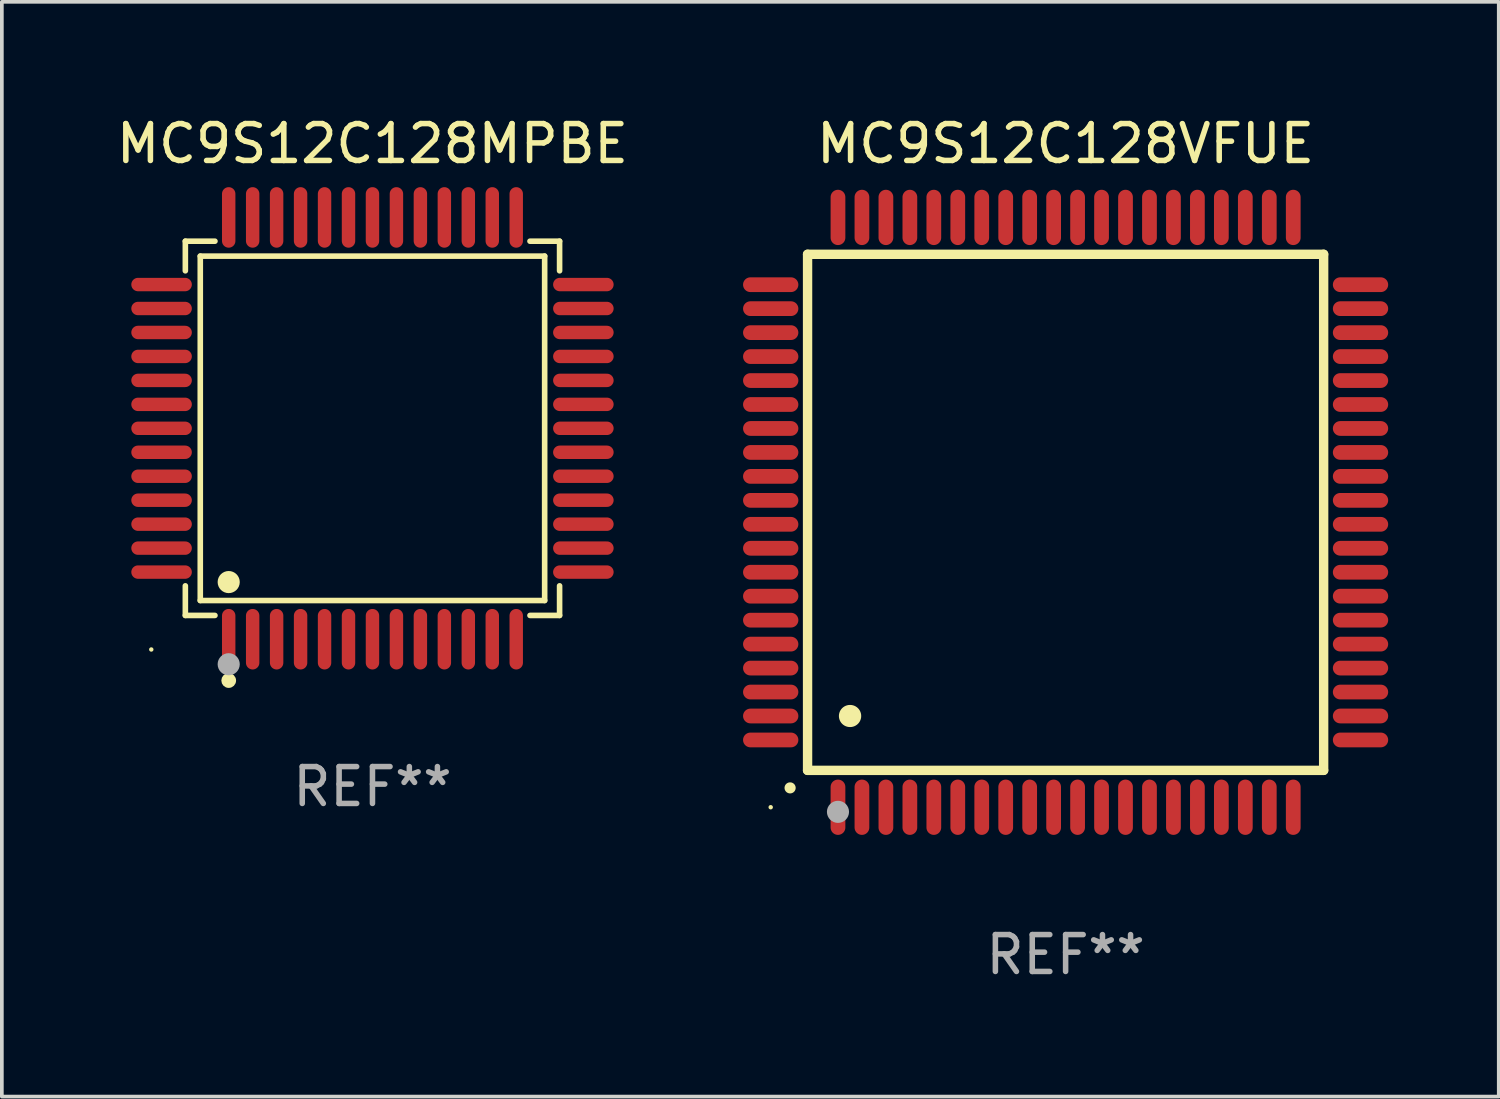
<source format=kicad_pcb>
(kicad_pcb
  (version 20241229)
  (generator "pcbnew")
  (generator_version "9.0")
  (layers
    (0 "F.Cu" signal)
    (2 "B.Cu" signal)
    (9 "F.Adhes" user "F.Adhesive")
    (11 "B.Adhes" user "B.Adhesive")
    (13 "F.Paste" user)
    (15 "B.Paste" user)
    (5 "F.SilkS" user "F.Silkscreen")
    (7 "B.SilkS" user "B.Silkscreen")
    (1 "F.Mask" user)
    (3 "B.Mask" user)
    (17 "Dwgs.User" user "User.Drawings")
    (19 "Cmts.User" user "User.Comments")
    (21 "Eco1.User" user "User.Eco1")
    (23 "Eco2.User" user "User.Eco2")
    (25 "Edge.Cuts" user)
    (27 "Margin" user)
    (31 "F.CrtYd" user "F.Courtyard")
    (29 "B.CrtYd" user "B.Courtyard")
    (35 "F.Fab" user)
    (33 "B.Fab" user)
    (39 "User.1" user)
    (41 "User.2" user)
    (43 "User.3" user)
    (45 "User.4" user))
  (footprint "MC9S12C128VFUE"
    (layer "F.Cu")
    (at 25.857 10.848)
    (property "Reference" "MC9S12C128VFUE" (at 0 -10 0) (layer "F.SilkS") (effects (font (size 1 1) (thickness 0.15))))
    (attr through_hole)
    (fp_line (start -7 -7) (end -7 7) (stroke (width 0.254) (type solid)) (layer "F.SilkS"))
    (fp_line (start -7 -7) (end 7 -7) (stroke (width 0.254) (type solid)) (layer "F.SilkS"))
    (fp_line (start -7 7) (end 7 7) (stroke (width 0.254) (type solid)) (layer "F.SilkS"))
    (fp_line (start 7 -7) (end 7 7) (stroke (width 0.254) (type solid)) (layer "F.SilkS"))
    (fp_arc (start -7.475006 7.475006) (mid -7.473736 7.475001) (end -7.472466 7.475006) (stroke (width 0.3) (type solid)) (layer "F.SilkS"))
    (fp_arc (start -5.850013 5.525019) (mid -5.847473 5.525008) (end -5.844933 5.525019) (stroke (width 0.6) (type solid)) (layer "F.SilkS"))
    (fp_circle (center -8 8) (end -7.97 8) (stroke (width 0.06) (type solid)) (fill no) (layer "F.SilkS"))
    (fp_circle (center -6.175 8.125) (end -6.025 8.125) (stroke (width 0.3) (type solid)) (fill no) (layer "F.Fab"))
    (fp_text user "REF**" (at 0 12 0) (layer "F.Fab") (effects (font (size 1 1) (thickness 0.15))))
    (pad "1" smd oval (at -6.175 8 180) (size 0.4 1.5) (layers "F.Cu" "F.Mask" "F.Paste"))
    (pad "2" smd oval (at -5.525 8 180) (size 0.4 1.5) (layers "F.Cu" "F.Mask" "F.Paste"))
    (pad "3" smd oval (at -4.875 8 180) (size 0.4 1.5) (layers "F.Cu" "F.Mask" "F.Paste"))
    (pad "4" smd oval (at -4.225 8 180) (size 0.4 1.5) (layers "F.Cu" "F.Mask" "F.Paste"))
    (pad "5" smd oval (at -3.575 8 180) (size 0.4 1.5) (layers "F.Cu" "F.Mask" "F.Paste"))
    (pad "6" smd oval (at -2.925 8 180) (size 0.4 1.5) (layers "F.Cu" "F.Mask" "F.Paste"))
    (pad "7" smd oval (at -2.275 8 180) (size 0.4 1.5) (layers "F.Cu" "F.Mask" "F.Paste"))
    (pad "8" smd oval (at -1.625 8 180) (size 0.4 1.5) (layers "F.Cu" "F.Mask" "F.Paste"))
    (pad "9" smd oval (at -0.975 8 180) (size 0.4 1.5) (layers "F.Cu" "F.Mask" "F.Paste"))
    (pad "10" smd oval (at -0.325 8 180) (size 0.4 1.5) (layers "F.Cu" "F.Mask" "F.Paste"))
    (pad "11" smd oval (at 0.325 8 180) (size 0.4 1.5) (layers "F.Cu" "F.Mask" "F.Paste"))
    (pad "12" smd oval (at 0.975 8 180) (size 0.4 1.5) (layers "F.Cu" "F.Mask" "F.Paste"))
    (pad "13" smd oval (at 1.625 8 180) (size 0.4 1.5) (layers "F.Cu" "F.Mask" "F.Paste"))
    (pad "14" smd oval (at 2.275 8 180) (size 0.4 1.5) (layers "F.Cu" "F.Mask" "F.Paste"))
    (pad "15" smd oval (at 2.925 8 180) (size 0.4 1.5) (layers "F.Cu" "F.Mask" "F.Paste"))
    (pad "16" smd oval (at 3.575 8 180) (size 0.4 1.5) (layers "F.Cu" "F.Mask" "F.Paste"))
    (pad "17" smd oval (at 4.225 8 180) (size 0.4 1.5) (layers "F.Cu" "F.Mask" "F.Paste"))
    (pad "18" smd oval (at 4.875 8 180) (size 0.4 1.5) (layers "F.Cu" "F.Mask" "F.Paste"))
    (pad "19" smd oval (at 5.525 8 180) (size 0.4 1.5) (layers "F.Cu" "F.Mask" "F.Paste"))
    (pad "20" smd oval (at 6.175 8) (size 0.4 1.5) (layers "F.Cu" "F.Mask" "F.Paste"))
    (pad "21" smd oval (at 8 6.175 270) (size 0.4 1.5) (layers "F.Cu" "F.Mask" "F.Paste"))
    (pad "22" smd oval (at 8 5.525 90) (size 0.4 1.5) (layers "F.Cu" "F.Mask" "F.Paste"))
    (pad "23" smd oval (at 8 4.875 90) (size 0.4 1.5) (layers "F.Cu" "F.Mask" "F.Paste"))
    (pad "24" smd oval (at 8 4.225 90) (size 0.4 1.5) (layers "F.Cu" "F.Mask" "F.Paste"))
    (pad "25" smd oval (at 8 3.575 90) (size 0.4 1.5) (layers "F.Cu" "F.Mask" "F.Paste"))
    (pad "26" smd oval (at 8 2.925 90) (size 0.4 1.5) (layers "F.Cu" "F.Mask" "F.Paste"))
    (pad "27" smd oval (at 8 2.275 90) (size 0.4 1.5) (layers "F.Cu" "F.Mask" "F.Paste"))
    (pad "28" smd oval (at 8 1.625 90) (size 0.4 1.5) (layers "F.Cu" "F.Mask" "F.Paste"))
    (pad "29" smd oval (at 8 0.975 90) (size 0.4 1.5) (layers "F.Cu" "F.Mask" "F.Paste"))
    (pad "30" smd oval (at 8 0.325 90) (size 0.4 1.5) (layers "F.Cu" "F.Mask" "F.Paste"))
    (pad "31" smd oval (at 8 -0.325 90) (size 0.4 1.5) (layers "F.Cu" "F.Mask" "F.Paste"))
    (pad "32" smd oval (at 8 -0.975 90) (size 0.4 1.5) (layers "F.Cu" "F.Mask" "F.Paste"))
    (pad "33" smd oval (at 8 -1.625 90) (size 0.4 1.5) (layers "F.Cu" "F.Mask" "F.Paste"))
    (pad "34" smd oval (at 8 -2.275 90) (size 0.4 1.5) (layers "F.Cu" "F.Mask" "F.Paste"))
    (pad "35" smd oval (at 8 -2.925 90) (size 0.4 1.5) (layers "F.Cu" "F.Mask" "F.Paste"))
    (pad "36" smd oval (at 8 -3.575 90) (size 0.4 1.5) (layers "F.Cu" "F.Mask" "F.Paste"))
    (pad "37" smd oval (at 8 -4.225 90) (size 0.4 1.5) (layers "F.Cu" "F.Mask" "F.Paste"))
    (pad "38" smd oval (at 8 -4.875 90) (size 0.4 1.5) (layers "F.Cu" "F.Mask" "F.Paste"))
    (pad "39" smd oval (at 8 -5.525 90) (size 0.4 1.5) (layers "F.Cu" "F.Mask" "F.Paste"))
    (pad "40" smd oval (at 8 -6.175 90) (size 0.4 1.5) (layers "F.Cu" "F.Mask" "F.Paste"))
    (pad "41" smd oval (at 6.175 -8) (size 0.4 1.5) (layers "F.Cu" "F.Mask" "F.Paste"))
    (pad "42" smd oval (at 5.525 -8 180) (size 0.4 1.5) (layers "F.Cu" "F.Mask" "F.Paste"))
    (pad "43" smd oval (at 4.875 -8 180) (size 0.4 1.5) (layers "F.Cu" "F.Mask" "F.Paste"))
    (pad "44" smd oval (at 4.225 -8 180) (size 0.4 1.5) (layers "F.Cu" "F.Mask" "F.Paste"))
    (pad "45" smd oval (at 3.575 -8 180) (size 0.4 1.5) (layers "F.Cu" "F.Mask" "F.Paste"))
    (pad "46" smd oval (at 2.925 -8 180) (size 0.4 1.5) (layers "F.Cu" "F.Mask" "F.Paste"))
    (pad "47" smd oval (at 2.275 -8 180) (size 0.4 1.5) (layers "F.Cu" "F.Mask" "F.Paste"))
    (pad "48" smd oval (at 1.625 -8 180) (size 0.4 1.5) (layers "F.Cu" "F.Mask" "F.Paste"))
    (pad "49" smd oval (at 0.975 -8 180) (size 0.4 1.5) (layers "F.Cu" "F.Mask" "F.Paste"))
    (pad "50" smd oval (at 0.325 -8 180) (size 0.4 1.5) (layers "F.Cu" "F.Mask" "F.Paste"))
    (pad "51" smd oval (at -0.325 -8 180) (size 0.4 1.5) (layers "F.Cu" "F.Mask" "F.Paste"))
    (pad "52" smd oval (at -0.975 -8 180) (size 0.4 1.5) (layers "F.Cu" "F.Mask" "F.Paste"))
    (pad "53" smd oval (at -1.625 -8 180) (size 0.4 1.5) (layers "F.Cu" "F.Mask" "F.Paste"))
    (pad "54" smd oval (at -2.275 -8 180) (size 0.4 1.5) (layers "F.Cu" "F.Mask" "F.Paste"))
    (pad "55" smd oval (at -2.925 -8 180) (size 0.4 1.5) (layers "F.Cu" "F.Mask" "F.Paste"))
    (pad "56" smd oval (at -3.575 -8 180) (size 0.4 1.5) (layers "F.Cu" "F.Mask" "F.Paste"))
    (pad "57" smd oval (at -4.225 -8 180) (size 0.4 1.5) (layers "F.Cu" "F.Mask" "F.Paste"))
    (pad "58" smd oval (at -4.875 -8 180) (size 0.4 1.5) (layers "F.Cu" "F.Mask" "F.Paste"))
    (pad "59" smd oval (at -5.525 -8 180) (size 0.4 1.5) (layers "F.Cu" "F.Mask" "F.Paste"))
    (pad "60" smd oval (at -6.175 -8 180) (size 0.4 1.5) (layers "F.Cu" "F.Mask" "F.Paste"))
    (pad "61" smd oval (at -8 -6.175 90) (size 0.4 1.5) (layers "F.Cu" "F.Mask" "F.Paste"))
    (pad "62" smd oval (at -8 -5.525 90) (size 0.4 1.5) (layers "F.Cu" "F.Mask" "F.Paste"))
    (pad "63" smd oval (at -8 -4.875 90) (size 0.4 1.5) (layers "F.Cu" "F.Mask" "F.Paste"))
    (pad "64" smd oval (at -8 -4.225 90) (size 0.4 1.5) (layers "F.Cu" "F.Mask" "F.Paste"))
    (pad "65" smd oval (at -8 -3.575 90) (size 0.4 1.5) (layers "F.Cu" "F.Mask" "F.Paste"))
    (pad "66" smd oval (at -8 -2.925 90) (size 0.4 1.5) (layers "F.Cu" "F.Mask" "F.Paste"))
    (pad "67" smd oval (at -8 -2.275 90) (size 0.4 1.5) (layers "F.Cu" "F.Mask" "F.Paste"))
    (pad "68" smd oval (at -8 -1.625 90) (size 0.4 1.5) (layers "F.Cu" "F.Mask" "F.Paste"))
    (pad "69" smd oval (at -8 -0.975 90) (size 0.4 1.5) (layers "F.Cu" "F.Mask" "F.Paste"))
    (pad "70" smd oval (at -8 -0.325 90) (size 0.4 1.5) (layers "F.Cu" "F.Mask" "F.Paste"))
    (pad "71" smd oval (at -8 0.325 90) (size 0.4 1.5) (layers "F.Cu" "F.Mask" "F.Paste"))
    (pad "72" smd oval (at -8 0.975 90) (size 0.4 1.5) (layers "F.Cu" "F.Mask" "F.Paste"))
    (pad "73" smd oval (at -8 1.625 90) (size 0.4 1.5) (layers "F.Cu" "F.Mask" "F.Paste"))
    (pad "74" smd oval (at -8 2.275 90) (size 0.4 1.5) (layers "F.Cu" "F.Mask" "F.Paste"))
    (pad "75" smd oval (at -8 2.925 90) (size 0.4 1.5) (layers "F.Cu" "F.Mask" "F.Paste"))
    (pad "76" smd oval (at -8 3.575 90) (size 0.4 1.5) (layers "F.Cu" "F.Mask" "F.Paste"))
    (pad "77" smd oval (at -8 4.225 90) (size 0.4 1.5) (layers "F.Cu" "F.Mask" "F.Paste"))
    (pad "78" smd oval (at -8 4.875 90) (size 0.4 1.5) (layers "F.Cu" "F.Mask" "F.Paste"))
    (pad "79" smd oval (at -8 5.525 90) (size 0.4 1.5) (layers "F.Cu" "F.Mask" "F.Paste"))
    (pad "80" smd oval (at -8 6.175 270) (size 0.4 1.5) (layers "F.Cu" "F.Mask" "F.Paste")))
  (footprint "MC9S12C128MPBE"
    (layer "F.Cu")
    (at 7.054 8.569)
    (property "Reference" "MC9S12C128MPBE" (at 0 -7.721 0) (layer "F.SilkS") (effects (font (size 1 1) (thickness 0.15))))
    (attr through_hole)
    (fp_line (start -5.076 -5.076) (end -4.273 -5.076) (stroke (width 0.152) (type solid)) (layer "F.SilkS"))
    (fp_line (start -5.076 -4.273) (end -5.076 -5.076) (stroke (width 0.152) (type solid)) (layer "F.SilkS"))
    (fp_line (start -5.076 4.273) (end -5.076 5.076) (stroke (width 0.152) (type solid)) (layer "F.SilkS"))
    (fp_line (start -5.076 5.076) (end -4.273 5.076) (stroke (width 0.152) (type solid)) (layer "F.SilkS"))
    (fp_line (start -4.671 -4.671) (end 4.671 -4.671) (stroke (width 0.152) (type solid)) (layer "F.SilkS"))
    (fp_line (start -4.671 4.671) (end -4.671 -4.671) (stroke (width 0.152) (type solid)) (layer "F.SilkS"))
    (fp_line (start 4.671 -4.671) (end 4.671 4.671) (stroke (width 0.152) (type solid)) (layer "F.SilkS"))
    (fp_line (start 4.671 4.671) (end -4.671 4.671) (stroke (width 0.152) (type solid)) (layer "F.SilkS"))
    (fp_line (start 5.076 -5.076) (end 4.273 -5.076) (stroke (width 0.152) (type solid)) (layer "F.SilkS"))
    (fp_line (start 5.076 -4.273) (end 5.076 -5.076) (stroke (width 0.152) (type solid)) (layer "F.SilkS"))
    (fp_line (start 5.076 4.273) (end 5.076 5.076) (stroke (width 0.152) (type solid)) (layer "F.SilkS"))
    (fp_line (start 5.076 5.076) (end 4.273 5.076) (stroke (width 0.152) (type solid)) (layer "F.SilkS"))
    (fp_circle (center -6 6) (end -5.97 6) (stroke (width 0.06) (type solid)) (fill no) (layer "F.SilkS"))
    (fp_circle (center -3.9 4.171) (end -3.75 4.171) (stroke (width 0.3) (type solid)) (fill no) (layer "F.SilkS"))
    (fp_circle (center -3.9 6.842) (end -3.8 6.842) (stroke (width 0.2) (type solid)) (fill no) (layer "F.SilkS"))
    (fp_circle (center -3.9 6.4) (end -3.75 6.4) (stroke (width 0.3) (type solid)) (fill no) (layer "F.Fab"))
    (fp_text user "REF**" (at 0 9.721 0) (layer "F.Fab") (effects (font (size 1 1) (thickness 0.15))))
    (pad "1" smd oval (at -3.9 5.721) (size 0.364 1.642) (layers "F.Cu" "F.Mask" "F.Paste"))
    (pad "2" smd oval (at -3.25 5.721) (size 0.364 1.642) (layers "F.Cu" "F.Mask" "F.Paste"))
    (pad "3" smd oval (at -2.6 5.721) (size 0.364 1.642) (layers "F.Cu" "F.Mask" "F.Paste"))
    (pad "4" smd oval (at -1.95 5.721) (size 0.364 1.642) (layers "F.Cu" "F.Mask" "F.Paste"))
    (pad "5" smd oval (at -1.3 5.721) (size 0.364 1.642) (layers "F.Cu" "F.Mask" "F.Paste"))
    (pad "6" smd oval (at -0.65 5.721) (size 0.364 1.642) (layers "F.Cu" "F.Mask" "F.Paste"))
    (pad "7" smd oval (at 0 5.721) (size 0.364 1.642) (layers "F.Cu" "F.Mask" "F.Paste"))
    (pad "8" smd oval (at 0.65 5.721) (size 0.364 1.642) (layers "F.Cu" "F.Mask" "F.Paste"))
    (pad "9" smd oval (at 1.3 5.721) (size 0.364 1.642) (layers "F.Cu" "F.Mask" "F.Paste"))
    (pad "10" smd oval (at 1.95 5.721) (size 0.364 1.642) (layers "F.Cu" "F.Mask" "F.Paste"))
    (pad "11" smd oval (at 2.6 5.721) (size 0.364 1.642) (layers "F.Cu" "F.Mask" "F.Paste"))
    (pad "12" smd oval (at 3.25 5.721) (size 0.364 1.642) (layers "F.Cu" "F.Mask" "F.Paste"))
    (pad "13" smd oval (at 3.9 5.721) (size 0.364 1.642) (layers "F.Cu" "F.Mask" "F.Paste"))
    (pad "14" smd oval (at 5.721 3.9) (size 1.642 0.364) (layers "F.Cu" "F.Mask" "F.Paste"))
    (pad "15" smd oval (at 5.721 3.25) (size 1.642 0.364) (layers "F.Cu" "F.Mask" "F.Paste"))
    (pad "16" smd oval (at 5.721 2.6) (size 1.642 0.364) (layers "F.Cu" "F.Mask" "F.Paste"))
    (pad "17" smd oval (at 5.721 1.95) (size 1.642 0.364) (layers "F.Cu" "F.Mask" "F.Paste"))
    (pad "18" smd oval (at 5.721 1.3) (size 1.642 0.364) (layers "F.Cu" "F.Mask" "F.Paste"))
    (pad "19" smd oval (at 5.721 0.65) (size 1.642 0.364) (layers "F.Cu" "F.Mask" "F.Paste"))
    (pad "20" smd oval (at 5.721 0) (size 1.642 0.364) (layers "F.Cu" "F.Mask" "F.Paste"))
    (pad "21" smd oval (at 5.721 -0.65) (size 1.642 0.364) (layers "F.Cu" "F.Mask" "F.Paste"))
    (pad "22" smd oval (at 5.721 -1.3) (size 1.642 0.364) (layers "F.Cu" "F.Mask" "F.Paste"))
    (pad "23" smd oval (at 5.721 -1.95) (size 1.642 0.364) (layers "F.Cu" "F.Mask" "F.Paste"))
    (pad "24" smd oval (at 5.721 -2.6) (size 1.642 0.364) (layers "F.Cu" "F.Mask" "F.Paste"))
    (pad "25" smd oval (at 5.721 -3.25) (size 1.642 0.364) (layers "F.Cu" "F.Mask" "F.Paste"))
    (pad "26" smd oval (at 5.721 -3.9) (size 1.642 0.364) (layers "F.Cu" "F.Mask" "F.Paste"))
    (pad "27" smd oval (at 3.9 -5.721) (size 0.364 1.642) (layers "F.Cu" "F.Mask" "F.Paste"))
    (pad "28" smd oval (at 3.25 -5.721) (size 0.364 1.642) (layers "F.Cu" "F.Mask" "F.Paste"))
    (pad "29" smd oval (at 2.6 -5.721) (size 0.364 1.642) (layers "F.Cu" "F.Mask" "F.Paste"))
    (pad "30" smd oval (at 1.95 -5.721) (size 0.364 1.642) (layers "F.Cu" "F.Mask" "F.Paste"))
    (pad "31" smd oval (at 1.3 -5.721) (size 0.364 1.642) (layers "F.Cu" "F.Mask" "F.Paste"))
    (pad "32" smd oval (at 0.65 -5.721) (size 0.364 1.642) (layers "F.Cu" "F.Mask" "F.Paste"))
    (pad "33" smd oval (at 0 -5.721) (size 0.364 1.642) (layers "F.Cu" "F.Mask" "F.Paste"))
    (pad "34" smd oval (at -0.65 -5.721) (size 0.364 1.642) (layers "F.Cu" "F.Mask" "F.Paste"))
    (pad "35" smd oval (at -1.3 -5.721) (size 0.364 1.642) (layers "F.Cu" "F.Mask" "F.Paste"))
    (pad "36" smd oval (at -1.95 -5.721) (size 0.364 1.642) (layers "F.Cu" "F.Mask" "F.Paste"))
    (pad "37" smd oval (at -2.6 -5.721) (size 0.364 1.642) (layers "F.Cu" "F.Mask" "F.Paste"))
    (pad "38" smd oval (at -3.25 -5.721) (size 0.364 1.642) (layers "F.Cu" "F.Mask" "F.Paste"))
    (pad "39" smd oval (at -3.9 -5.721) (size 0.364 1.642) (layers "F.Cu" "F.Mask" "F.Paste"))
    (pad "40" smd oval (at -5.721 -3.9) (size 1.642 0.364) (layers "F.Cu" "F.Mask" "F.Paste"))
    (pad "41" smd oval (at -5.721 -3.25) (size 1.642 0.364) (layers "F.Cu" "F.Mask" "F.Paste"))
    (pad "42" smd oval (at -5.721 -2.6) (size 1.642 0.364) (layers "F.Cu" "F.Mask" "F.Paste"))
    (pad "43" smd oval (at -5.721 -1.95) (size 1.642 0.364) (layers "F.Cu" "F.Mask" "F.Paste"))
    (pad "44" smd oval (at -5.721 -1.3) (size 1.642 0.364) (layers "F.Cu" "F.Mask" "F.Paste"))
    (pad "45" smd oval (at -5.721 -0.65) (size 1.642 0.364) (layers "F.Cu" "F.Mask" "F.Paste"))
    (pad "46" smd oval (at -5.721 0) (size 1.642 0.364) (layers "F.Cu" "F.Mask" "F.Paste"))
    (pad "47" smd oval (at -5.721 0.65) (size 1.642 0.364) (layers "F.Cu" "F.Mask" "F.Paste"))
    (pad "48" smd oval (at -5.721 1.3) (size 1.642 0.364) (layers "F.Cu" "F.Mask" "F.Paste"))
    (pad "49" smd oval (at -5.721 1.95) (size 1.642 0.364) (layers "F.Cu" "F.Mask" "F.Paste"))
    (pad "50" smd oval (at -5.721 2.6) (size 1.642 0.364) (layers "F.Cu" "F.Mask" "F.Paste"))
    (pad "51" smd oval (at -5.721 3.25) (size 1.642 0.364) (layers "F.Cu" "F.Mask" "F.Paste"))
    (pad "52" smd oval (at -5.721 3.9) (size 1.642 0.364) (layers "F.Cu" "F.Mask" "F.Paste")))
  (gr_rect
    (start -3 -3)
    (end 37.607 26.697)
    (stroke (width 0.1) (type default))
    (fill no)
    (layer "Edge.Cuts")))
</source>
